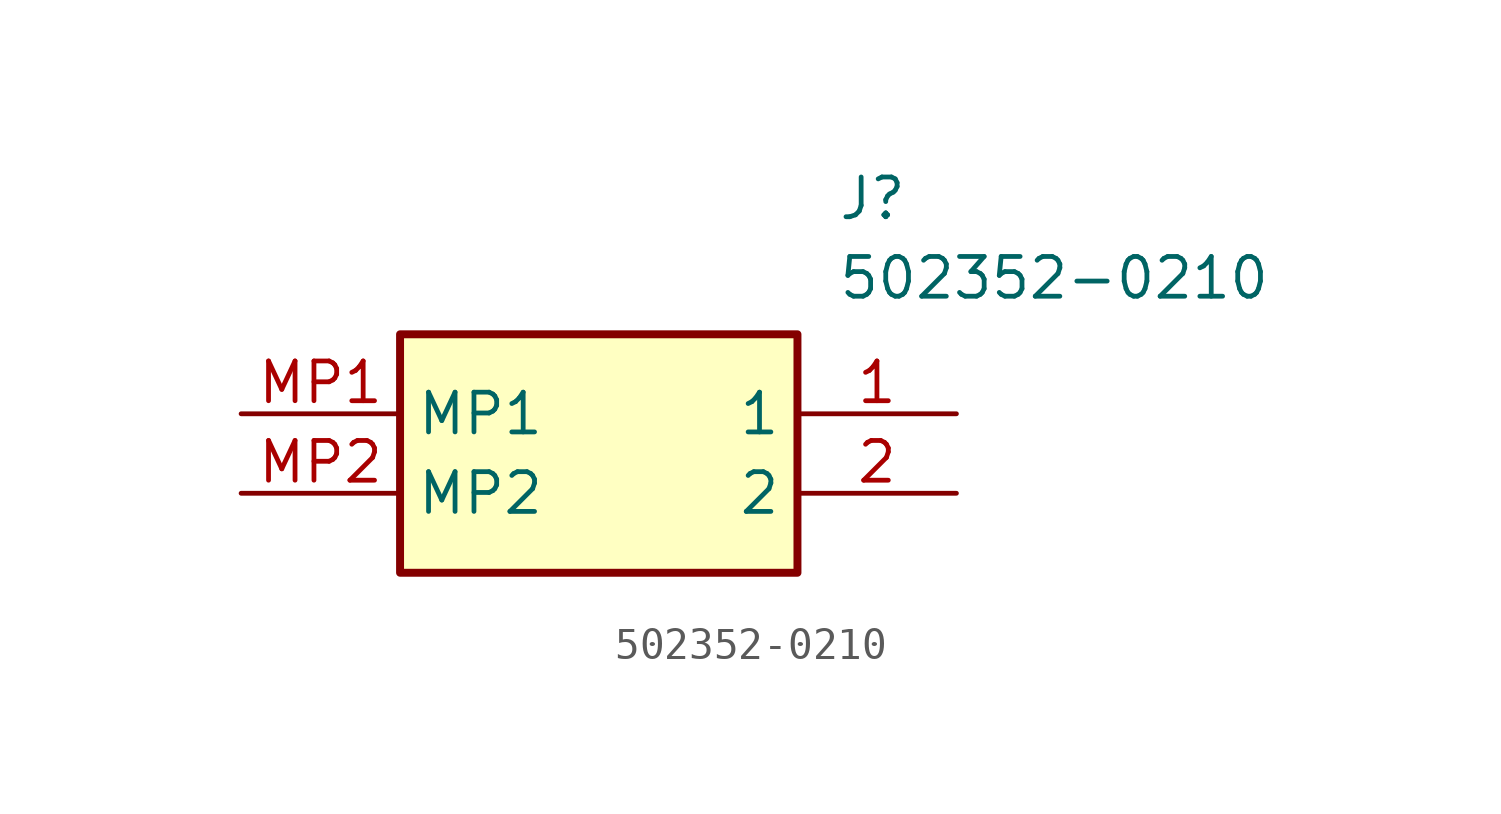
<source format=kicad_sym>
(kicad_symbol_lib
  (version 20211014)
  (generator SamacSys_ECAD_Model)
  (symbol "502352-0210"
    (property "Reference" "J"
      (at 19.05 7.62 0)
      (effects (font (size 1.27 1.27)) (justify left top)))
    (property "Value" "502352-0210"
      (at 19.05 5.08 0)
      (effects (font (size 1.27 1.27)) (justify left top)))
    (rectangle
      (start 5.08 2.54)
      (end 17.78 -5.08)
      (stroke (width 0.254) (type default))
      (fill (type background)))
    (pin passive line
      (at 22.86 0 180)
      (length 5.08)
      (name "1" (effects (font (size 1.27 1.27))))
      (number "1" (effects (font (size 1.27 1.27)))))
    (pin passive line
      (at 22.86 -2.54 180)
      (length 5.08)
      (name "2" (effects (font (size 1.27 1.27))))
      (number "2" (effects (font (size 1.27 1.27)))))
    (pin passive line
      (at 0 0 0)
      (length 5.08)
      (name "MP1" (effects (font (size 1.27 1.27))))
      (number "MP1" (effects (font (size 1.27 1.27)))))
    (pin passive line
      (at 0 -2.54 0)
      (length 5.08)
      (name "MP2" (effects (font (size 1.27 1.27))))
      (number "MP2" (effects (font (size 1.27 1.27)))))))
</source>
